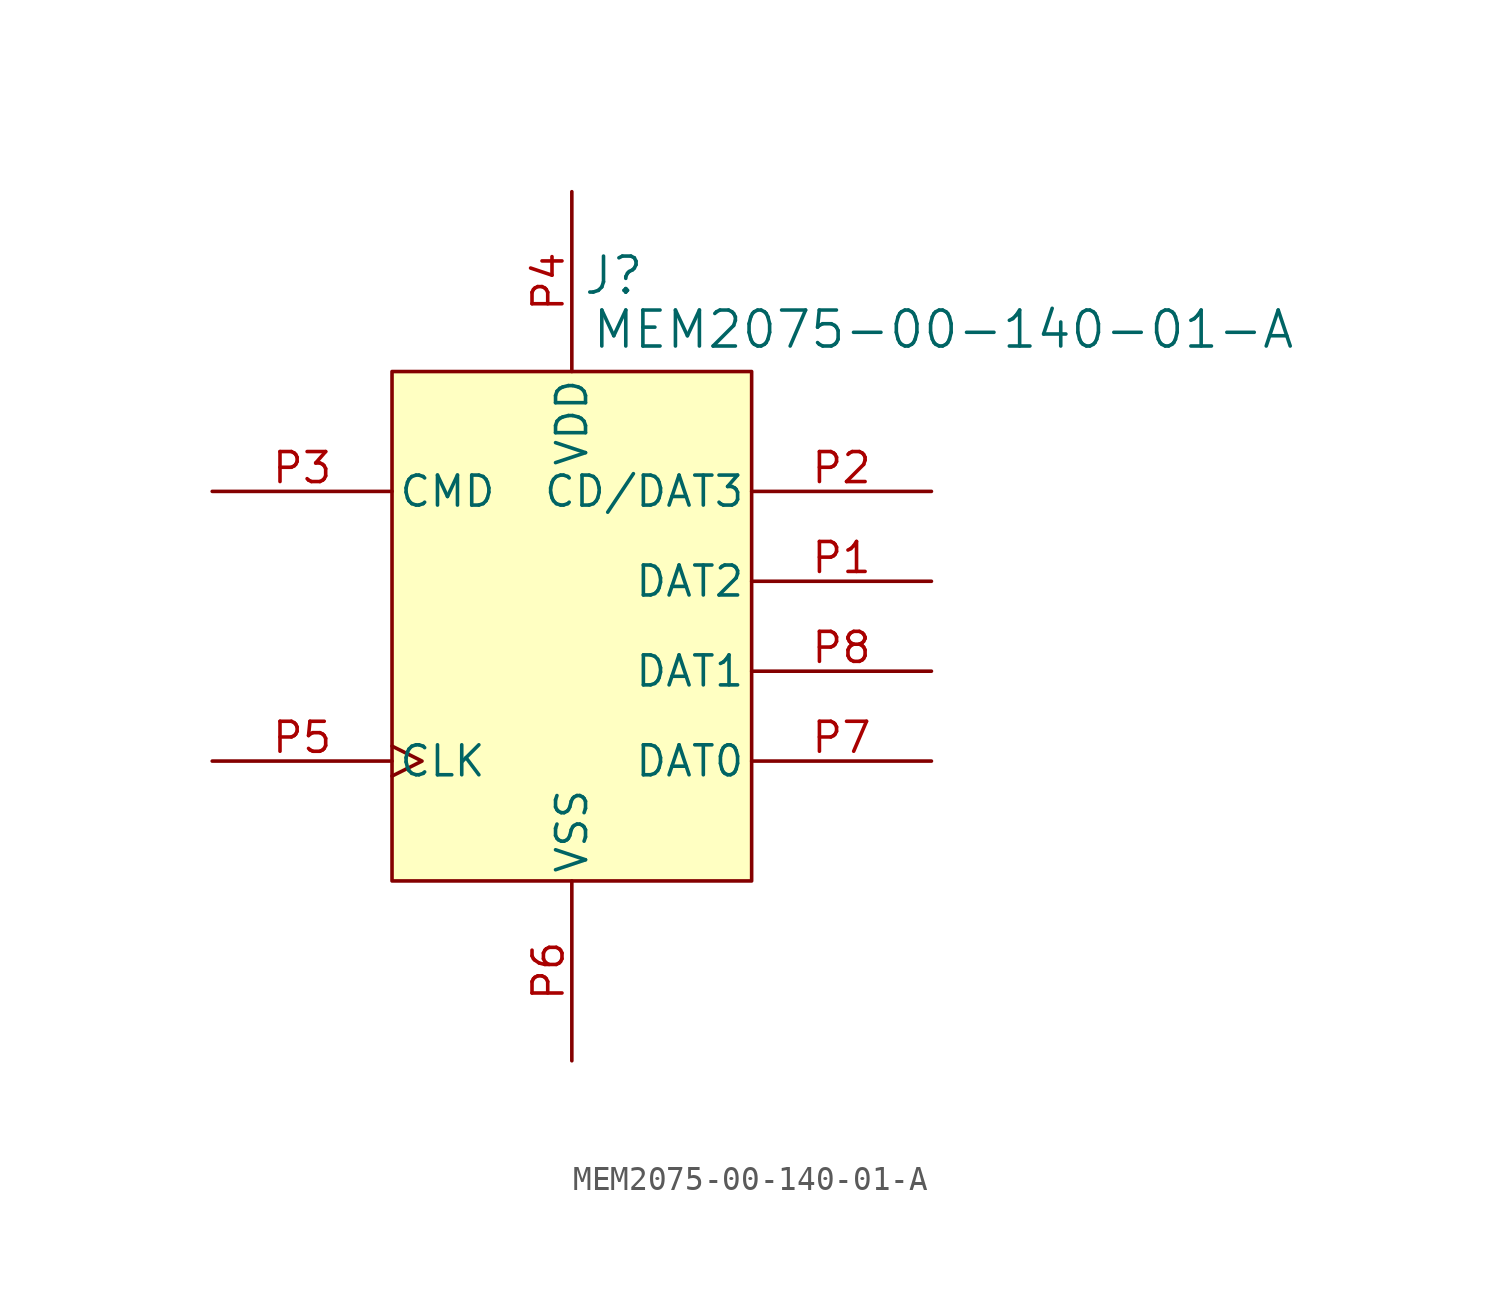
<source format=kicad_sym>
(kicad_symbol_lib
  (version 20241209)
  (generator "kicad_symbol_editor")
  (generator_version "9.0")
  (symbol "MEM2075-00-140-01-A"
    (pin_names
      (offset 0.254))
    (property "Reference" "J"
      (at 1.778 15.494 0)
      (effects (font (size 1.524 1.524))))
    (property "Value" "MEM2075-00-140-01-A"
      (at 15.748 13.208 0)
      (effects (font (size 1.524 1.524))))
    (property "ki_locked" ""
      (at 0 0 0)
      (effects (font (size 1.27 1.27))))
    (symbol "MEM2075-00-140-01-A_0_1"
      (pin power_in line (at 0 19.05 270) (length 7.62) (name "VDD" (effects (font (size 1.27 1.27)))) (number "P4" (effects (font (size 1.27 1.27)))))
      (pin bidirectional line (at 15.24 2.54 180) (length 7.62) (name "DAT2" (effects (font (size 1.27 1.27)))) (number "P1" (effects (font (size 1.27 1.27)))))
      (pin bidirectional line (at 15.24 -1.27 180) (length 7.62) (name "DAT1" (effects (font (size 1.27 1.27)))) (number "P8" (effects (font (size 1.27 1.27)))))
      (pin bidirectional line (at 15.24 -5.08 180) (length 7.62) (name "DAT0" (effects (font (size 1.27 1.27)))) (number "P7" (effects (font (size 1.27 1.27))))))
    (symbol "MEM2075-00-140-01-A_1_1"
      (rectangle (start -7.62 11.43) (end 7.62 -10.16) (stroke (width 0) (type solid)) (fill (type background)))
      (pin bidirectional line (at -15.24 6.35 0) (length 7.62) (name "CMD" (effects (font (size 1.27 1.27)))) (number "P3" (effects (font (size 1.27 1.27)))))
      (pin input clock (at -15.24 -5.08 0) (length 7.62) (name "CLK" (effects (font (size 1.27 1.27)))) (number "P5" (effects (font (size 1.27 1.27)))))
      (pin power_in line (at 0 -17.78 90) (length 7.62) (name "VSS" (effects (font (size 1.27 1.27)))) (number "P6" (effects (font (size 1.27 1.27)))))
      (pin bidirectional line (at 15.24 6.35 180) (length 7.62) (name "CD/DAT3" (effects (font (size 1.27 1.27)))) (number "P2" (effects (font (size 1.27 1.27))))))))
</source>
